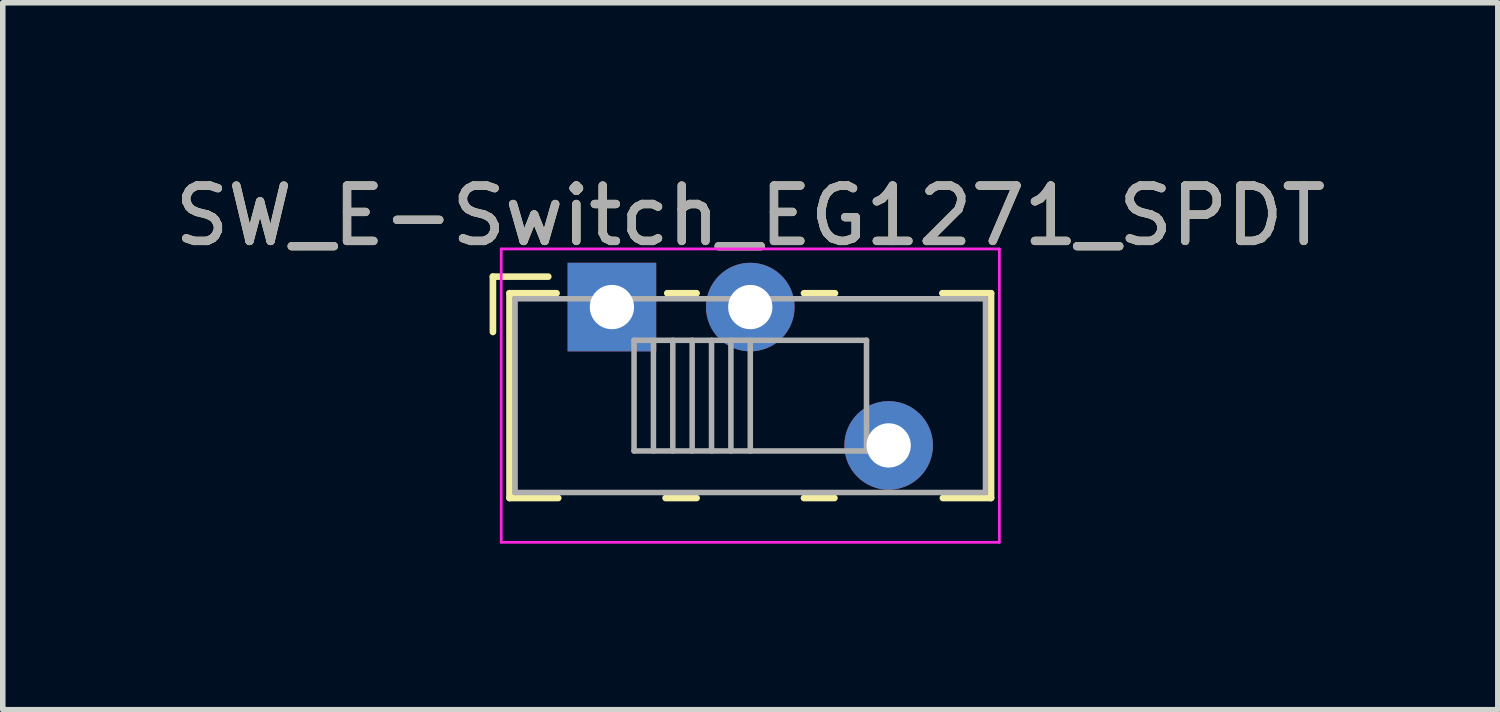
<source format=kicad_pcb>
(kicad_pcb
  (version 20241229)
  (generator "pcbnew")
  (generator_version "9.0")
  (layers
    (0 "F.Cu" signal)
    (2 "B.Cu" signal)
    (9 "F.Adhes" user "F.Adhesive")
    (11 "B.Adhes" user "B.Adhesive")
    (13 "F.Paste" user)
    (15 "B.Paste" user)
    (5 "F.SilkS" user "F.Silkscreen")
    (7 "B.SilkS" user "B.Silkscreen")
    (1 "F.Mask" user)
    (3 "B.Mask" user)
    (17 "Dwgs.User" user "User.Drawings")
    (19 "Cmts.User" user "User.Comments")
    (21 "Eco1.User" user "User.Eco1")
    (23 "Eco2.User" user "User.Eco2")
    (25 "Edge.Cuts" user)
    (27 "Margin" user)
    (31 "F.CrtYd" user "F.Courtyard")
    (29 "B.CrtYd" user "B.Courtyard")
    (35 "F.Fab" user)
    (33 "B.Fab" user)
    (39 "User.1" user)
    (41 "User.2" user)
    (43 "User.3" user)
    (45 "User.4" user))
  (footprint "SW_E-Switch_EG1271_SPDT"
    (layer "F.Cu")
    (at 8.006 2.498)
    (property "Reference" "SW_E-Switch_EG1271_SPDT" (at 2.5 -1.65 0) (layer "F.SilkS") (effects (font (size 1 1) (thickness 0.15))))
    (attr through_hole)
    (fp_line (start -2.15 -0.55) (end -1.15 -0.55) (stroke (width 0.12) (type solid)) (layer "F.SilkS"))
    (fp_line (start -2.15 0.45) (end -2.15 -0.55) (stroke (width 0.12) (type solid)) (layer "F.SilkS"))
    (fp_line (start -1.85 -0.25) (end -1 -0.25) (stroke (width 0.12) (type solid)) (layer "F.SilkS"))
    (fp_line (start -1.85 3.45) (end -1.85 -0.25) (stroke (width 0.12) (type solid)) (layer "F.SilkS"))
    (fp_line (start -0.97 3.45) (end -1.85 3.45) (stroke (width 0.12) (type solid)) (layer "F.SilkS"))
    (fp_line (start 1 -0.25) (end 1.53 -0.25) (stroke (width 0.12) (type solid)) (layer "F.SilkS"))
    (fp_line (start 1.53 3.45) (end 0.97 3.45) (stroke (width 0.12) (type solid)) (layer "F.SilkS"))
    (fp_line (start 3.47 -0.25) (end 4.03 -0.25) (stroke (width 0.12) (type solid)) (layer "F.SilkS"))
    (fp_line (start 4.02 3.45) (end 3.47 3.45) (stroke (width 0.12) (type solid)) (layer "F.SilkS"))
    (fp_line (start 5.97 -0.25) (end 6.85 -0.25) (stroke (width 0.12) (type solid)) (layer "F.SilkS"))
    (fp_line (start 6.85 -0.25) (end 6.85 3.45) (stroke (width 0.12) (type solid)) (layer "F.SilkS"))
    (fp_line (start 6.85 3.45) (end 5.98 3.45) (stroke (width 0.12) (type solid)) (layer "F.SilkS"))
    (fp_line (start -2 -1.05) (end 7 -1.05) (stroke (width 0.05) (type solid)) (layer "F.CrtYd"))
    (fp_line (start -2 4.25) (end -2 -1.05) (stroke (width 0.05) (type solid)) (layer "F.CrtYd"))
    (fp_line (start 7 -1.05) (end 7 4.25) (stroke (width 0.05) (type solid)) (layer "F.CrtYd"))
    (fp_line (start 7 4.25) (end -2 4.25) (stroke (width 0.05) (type solid)) (layer "F.CrtYd"))
    (fp_line (start -1.75 -0.15) (end -1.75 3.35) (stroke (width 0.1) (type solid)) (layer "F.Fab"))
    (fp_line (start -1.75 -0.15) (end 6.75 -0.15) (stroke (width 0.1) (type solid)) (layer "F.Fab"))
    (fp_line (start 0.4 0.6) (end 0.4 2.6) (stroke (width 0.1) (type solid)) (layer "F.Fab"))
    (fp_line (start 0.4 0.6) (end 4.6 0.6) (stroke (width 0.1) (type solid)) (layer "F.Fab"))
    (fp_line (start 0.75 0.6) (end 0.75 2.6) (stroke (width 0.1) (type solid)) (layer "F.Fab"))
    (fp_line (start 1.1 0.6) (end 1.1 2.6) (stroke (width 0.1) (type solid)) (layer "F.Fab"))
    (fp_line (start 1.45 0.6) (end 1.45 2.6) (stroke (width 0.1) (type solid)) (layer "F.Fab"))
    (fp_line (start 1.8 0.6) (end 1.8 2.6) (stroke (width 0.1) (type solid)) (layer "F.Fab"))
    (fp_line (start 2.15 0.6) (end 2.15 2.6) (stroke (width 0.1) (type solid)) (layer "F.Fab"))
    (fp_line (start 2.5 0.6) (end 2.5 2.6) (stroke (width 0.1) (type solid)) (layer "F.Fab"))
    (fp_line (start 4.6 0.6) (end 4.6 2.6) (stroke (width 0.1) (type solid)) (layer "F.Fab"))
    (fp_line (start 4.6 2.6) (end 0.4 2.6) (stroke (width 0.1) (type solid)) (layer "F.Fab"))
    (fp_line (start 6.75 -0.15) (end 6.75 3.35) (stroke (width 0.1) (type solid)) (layer "F.Fab"))
    (fp_line (start 6.75 3.35) (end -1.75 3.35) (stroke (width 0.1) (type solid)) (layer "F.Fab"))
    (fp_text user "${REFERENCE}" (at 2.5 -1.65 0) (layer "F.Fab") (effects (font (size 1 1) (thickness 0.15))))
    (pad "1" thru_hole rect (at 0 0) (size 1.6 1.6) (drill 0.8) (layers "*.Cu" "*.Mask"))
    (pad "2" thru_hole circle (at 2.5 0) (size 1.6 1.6) (drill 0.8) (layers "*.Cu" "*.Mask"))
    (pad "3" thru_hole circle (at 5 2.5) (size 1.6 1.6) (drill 0.8) (layers "*.Cu" "*.Mask")))
  (gr_rect
    (start -3 -3)
    (end 24.012 9.773)
    (stroke (width 0.1) (type default))
    (fill no)
    (layer "Edge.Cuts")))
</source>
